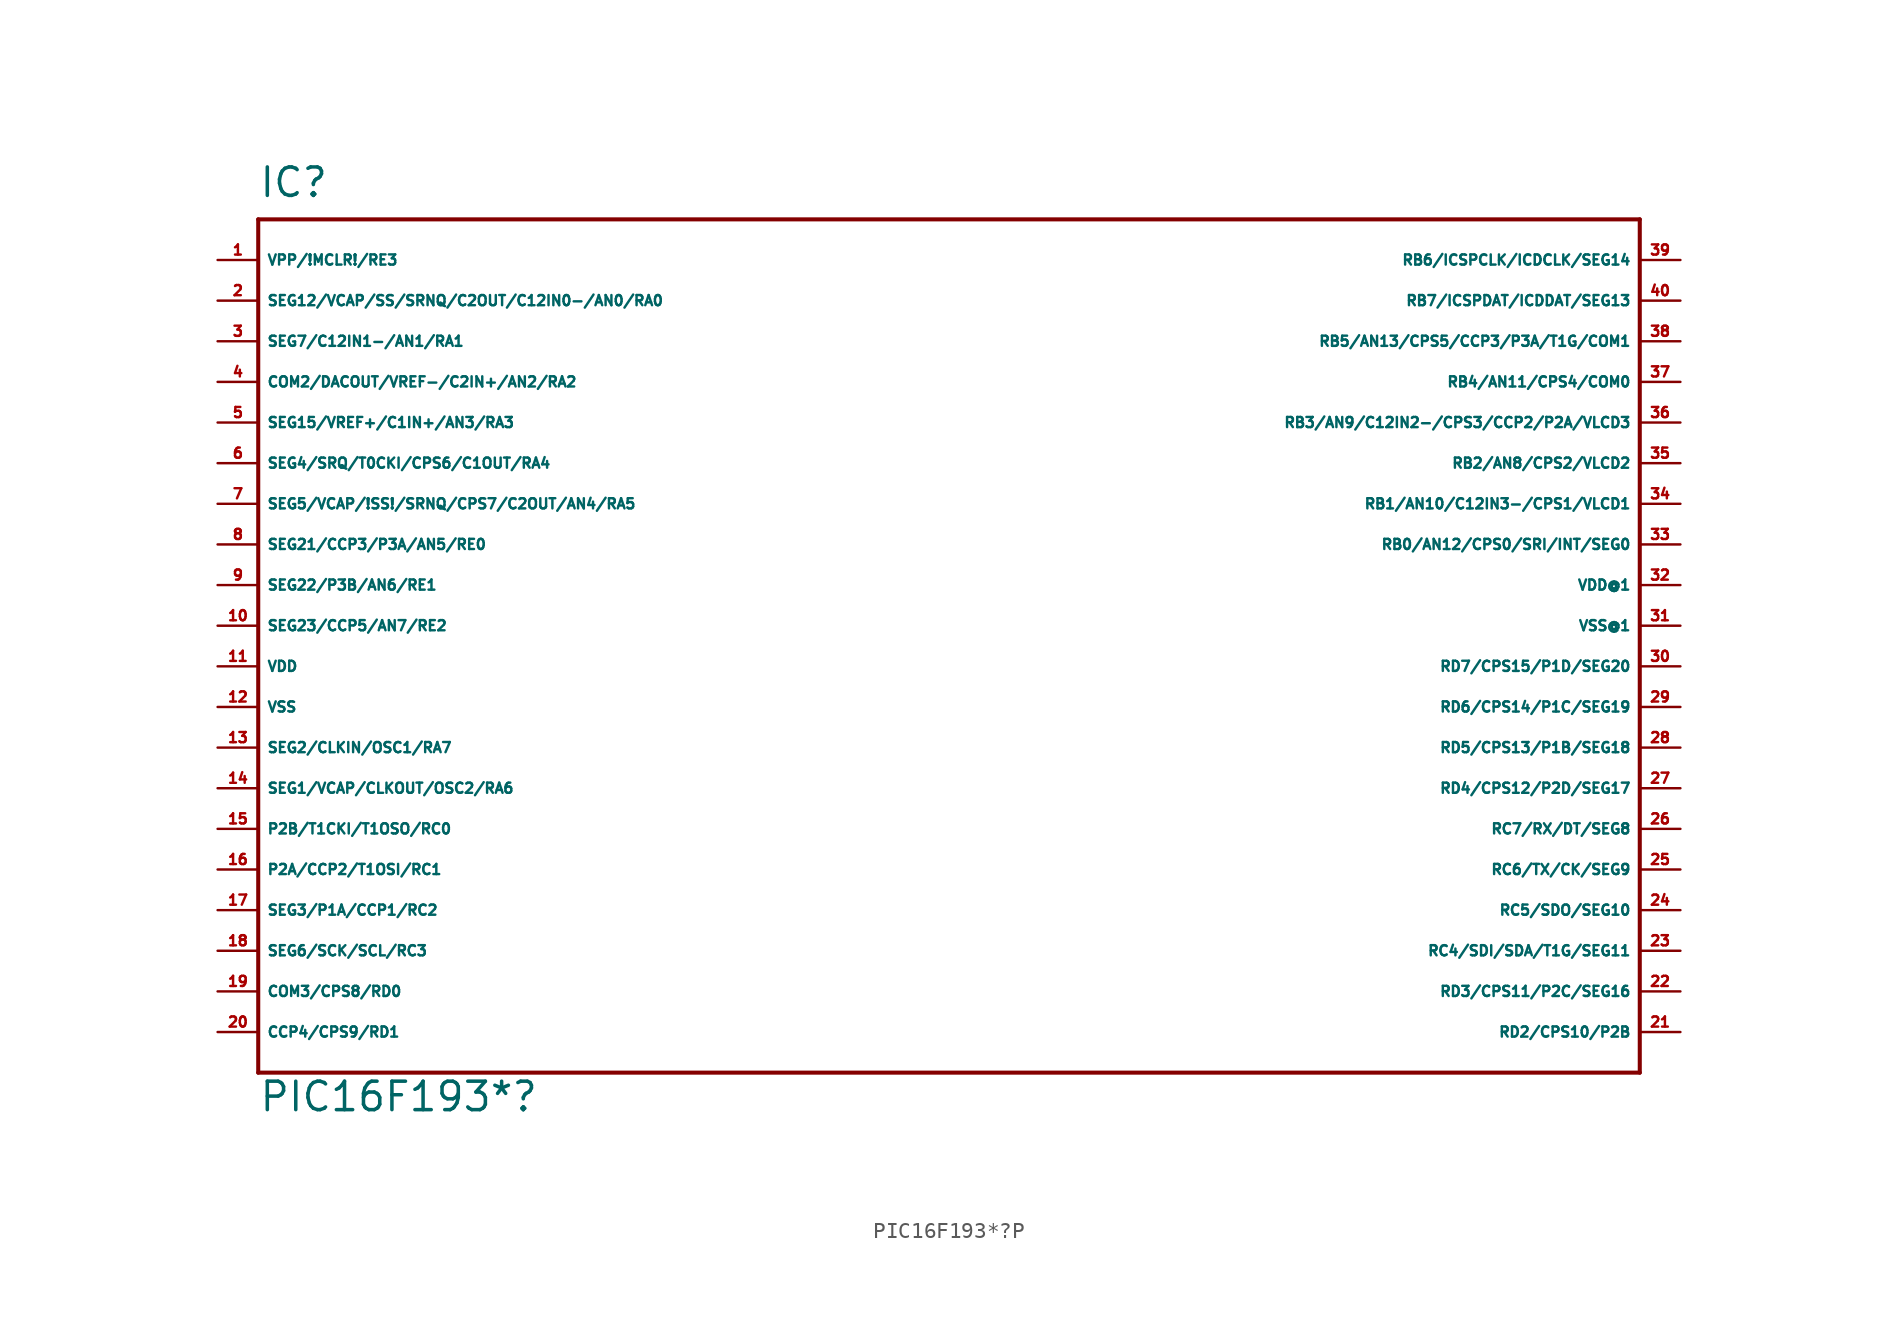
<source format=kicad_sym>
(kicad_symbol_lib
  (version 20220914)
  (generator Eagle2Kicad)
  (symbol "PIC16F193*?P"
    (property "Reference" "IC"
      (at -43.18 26.67 0)
      (effects (font (size 1.778 1.778) (thickness 0.22)) (justify left bottom)))
    (property "Value" "PIC16F193*?"
      (at -43.18 -30.48 0)
      (effects (font (size 1.778 1.778) (thickness 0.22)) (justify left bottom)))
    (polyline
      (pts (xy -43.18 -27.94) (xy 43.18 -27.94))
      (stroke (width 0.254) (type default))
      (fill (type none)))
    (polyline
      (pts (xy 43.18 -27.94) (xy 43.18 25.4))
      (stroke (width 0.254) (type default))
      (fill (type none)))
    (polyline
      (pts (xy 43.18 25.4) (xy -43.18 25.4))
      (stroke (width 0.254) (type default))
      (fill (type none)))
    (polyline
      (pts (xy -43.18 25.4) (xy -43.18 -27.94))
      (stroke (width 0.254) (type default))
      (fill (type none)))
    (pin input line
      (at -45.72 22.86 0)
      (length 2.54)
      (name "VPP/!MCLR!/RE3" (effects (font (size 0.635 0.635) (thickness 0.08)) (justify left bottom)))
      (number "1" (effects (font (size 0.635 0.635) (thickness 0.08)) (justify left bottom))))
    (pin bidirectional line
      (at -45.72 20.32 0)
      (length 2.54)
      (name "SEG12/VCAP/SS/SRNQ/C2OUT/C12IN0-/AN0/RA0" (effects (font (size 0.635 0.635) (thickness 0.08)) (justify left bottom)))
      (number "2" (effects (font (size 0.635 0.635) (thickness 0.08)) (justify left bottom))))
    (pin bidirectional line
      (at -45.72 17.78 0)
      (length 2.54)
      (name "SEG7/C12IN1-/AN1/RA1" (effects (font (size 0.635 0.635) (thickness 0.08)) (justify left bottom)))
      (number "3" (effects (font (size 0.635 0.635) (thickness 0.08)) (justify left bottom))))
    (pin bidirectional line
      (at -45.72 15.24 0)
      (length 2.54)
      (name "COM2/DACOUT/VREF-/C2IN+/AN2/RA2" (effects (font (size 0.635 0.635) (thickness 0.08)) (justify left bottom)))
      (number "4" (effects (font (size 0.635 0.635) (thickness 0.08)) (justify left bottom))))
    (pin bidirectional line
      (at -45.72 12.7 0)
      (length 2.54)
      (name "SEG15/VREF+/C1IN+/AN3/RA3" (effects (font (size 0.635 0.635) (thickness 0.08)) (justify left bottom)))
      (number "5" (effects (font (size 0.635 0.635) (thickness 0.08)) (justify left bottom))))
    (pin bidirectional line
      (at -45.72 10.16 0)
      (length 2.54)
      (name "SEG4/SRQ/T0CKI/CPS6/C1OUT/RA4" (effects (font (size 0.635 0.635) (thickness 0.08)) (justify left bottom)))
      (number "6" (effects (font (size 0.635 0.635) (thickness 0.08)) (justify left bottom))))
    (pin bidirectional line
      (at -45.72 7.62 0)
      (length 2.54)
      (name "SEG5/VCAP/!SS!/SRNQ/CPS7/C2OUT/AN4/RA5" (effects (font (size 0.635 0.635) (thickness 0.08)) (justify left bottom)))
      (number "7" (effects (font (size 0.635 0.635) (thickness 0.08)) (justify left bottom))))
    (pin bidirectional line
      (at -45.72 5.08 0)
      (length 2.54)
      (name "SEG21/CCP3/P3A/AN5/RE0" (effects (font (size 0.635 0.635) (thickness 0.08)) (justify left bottom)))
      (number "8" (effects (font (size 0.635 0.635) (thickness 0.08)) (justify left bottom))))
    (pin bidirectional line
      (at -45.72 2.54 0)
      (length 2.54)
      (name "SEG22/P3B/AN6/RE1" (effects (font (size 0.635 0.635) (thickness 0.08)) (justify left bottom)))
      (number "9" (effects (font (size 0.635 0.635) (thickness 0.08)) (justify left bottom))))
    (pin bidirectional line
      (at -45.72 0 0)
      (length 2.54)
      (name "SEG23/CCP5/AN7/RE2" (effects (font (size 0.635 0.635) (thickness 0.08)) (justify left bottom)))
      (number "10" (effects (font (size 0.635 0.635) (thickness 0.08)) (justify left bottom))))
    (pin unspecified line
      (at -45.72 -2.54 0)
      (length 2.54)
      (name "VDD" (effects (font (size 0.635 0.635) (thickness 0.08)) (justify left bottom)))
      (number "11" (effects (font (size 0.635 0.635) (thickness 0.08)) (justify left bottom))))
    (pin unspecified line
      (at -45.72 -5.08 0)
      (length 2.54)
      (name "VSS" (effects (font (size 0.635 0.635) (thickness 0.08)) (justify left bottom)))
      (number "12" (effects (font (size 0.635 0.635) (thickness 0.08)) (justify left bottom))))
    (pin bidirectional line
      (at -45.72 -7.62 0)
      (length 2.54)
      (name "SEG2/CLKIN/OSC1/RA7" (effects (font (size 0.635 0.635) (thickness 0.08)) (justify left bottom)))
      (number "13" (effects (font (size 0.635 0.635) (thickness 0.08)) (justify left bottom))))
    (pin bidirectional line
      (at -45.72 -10.16 0)
      (length 2.54)
      (name "SEG1/VCAP/CLKOUT/OSC2/RA6" (effects (font (size 0.635 0.635) (thickness 0.08)) (justify left bottom)))
      (number "14" (effects (font (size 0.635 0.635) (thickness 0.08)) (justify left bottom))))
    (pin bidirectional line
      (at -45.72 -12.7 0)
      (length 2.54)
      (name "P2B/T1CKI/T1OSO/RC0" (effects (font (size 0.635 0.635) (thickness 0.08)) (justify left bottom)))
      (number "15" (effects (font (size 0.635 0.635) (thickness 0.08)) (justify left bottom))))
    (pin bidirectional line
      (at -45.72 -15.24 0)
      (length 2.54)
      (name "P2A/CCP2/T1OSI/RC1" (effects (font (size 0.635 0.635) (thickness 0.08)) (justify left bottom)))
      (number "16" (effects (font (size 0.635 0.635) (thickness 0.08)) (justify left bottom))))
    (pin bidirectional line
      (at -45.72 -17.78 0)
      (length 2.54)
      (name "SEG3/P1A/CCP1/RC2" (effects (font (size 0.635 0.635) (thickness 0.08)) (justify left bottom)))
      (number "17" (effects (font (size 0.635 0.635) (thickness 0.08)) (justify left bottom))))
    (pin bidirectional line
      (at -45.72 -20.32 0)
      (length 2.54)
      (name "SEG6/SCK/SCL/RC3" (effects (font (size 0.635 0.635) (thickness 0.08)) (justify left bottom)))
      (number "18" (effects (font (size 0.635 0.635) (thickness 0.08)) (justify left bottom))))
    (pin bidirectional line
      (at -45.72 -22.86 0)
      (length 2.54)
      (name "COM3/CPS8/RD0" (effects (font (size 0.635 0.635) (thickness 0.08)) (justify left bottom)))
      (number "19" (effects (font (size 0.635 0.635) (thickness 0.08)) (justify left bottom))))
    (pin bidirectional line
      (at -45.72 -25.4 0)
      (length 2.54)
      (name "CCP4/CPS9/RD1" (effects (font (size 0.635 0.635) (thickness 0.08)) (justify left bottom)))
      (number "20" (effects (font (size 0.635 0.635) (thickness 0.08)) (justify left bottom))))
    (pin bidirectional line
      (at 45.72 -25.4 180)
      (length 2.54)
      (name "RD2/CPS10/P2B" (effects (font (size 0.635 0.635) (thickness 0.08)) (justify left bottom)))
      (number "21" (effects (font (size 0.635 0.635) (thickness 0.08)) (justify left bottom))))
    (pin bidirectional line
      (at 45.72 -22.86 180)
      (length 2.54)
      (name "RD3/CPS11/P2C/SEG16" (effects (font (size 0.635 0.635) (thickness 0.08)) (justify left bottom)))
      (number "22" (effects (font (size 0.635 0.635) (thickness 0.08)) (justify left bottom))))
    (pin bidirectional line
      (at 45.72 -20.32 180)
      (length 2.54)
      (name "RC4/SDI/SDA/T1G/SEG11" (effects (font (size 0.635 0.635) (thickness 0.08)) (justify left bottom)))
      (number "23" (effects (font (size 0.635 0.635) (thickness 0.08)) (justify left bottom))))
    (pin bidirectional line
      (at 45.72 -17.78 180)
      (length 2.54)
      (name "RC5/SDO/SEG10" (effects (font (size 0.635 0.635) (thickness 0.08)) (justify left bottom)))
      (number "24" (effects (font (size 0.635 0.635) (thickness 0.08)) (justify left bottom))))
    (pin bidirectional line
      (at 45.72 -15.24 180)
      (length 2.54)
      (name "RC6/TX/CK/SEG9" (effects (font (size 0.635 0.635) (thickness 0.08)) (justify left bottom)))
      (number "25" (effects (font (size 0.635 0.635) (thickness 0.08)) (justify left bottom))))
    (pin bidirectional line
      (at 45.72 -12.7 180)
      (length 2.54)
      (name "RC7/RX/DT/SEG8" (effects (font (size 0.635 0.635) (thickness 0.08)) (justify left bottom)))
      (number "26" (effects (font (size 0.635 0.635) (thickness 0.08)) (justify left bottom))))
    (pin bidirectional line
      (at 45.72 -10.16 180)
      (length 2.54)
      (name "RD4/CPS12/P2D/SEG17" (effects (font (size 0.635 0.635) (thickness 0.08)) (justify left bottom)))
      (number "27" (effects (font (size 0.635 0.635) (thickness 0.08)) (justify left bottom))))
    (pin bidirectional line
      (at 45.72 -7.62 180)
      (length 2.54)
      (name "RD5/CPS13/P1B/SEG18" (effects (font (size 0.635 0.635) (thickness 0.08)) (justify left bottom)))
      (number "28" (effects (font (size 0.635 0.635) (thickness 0.08)) (justify left bottom))))
    (pin bidirectional line
      (at 45.72 -5.08 180)
      (length 2.54)
      (name "RD6/CPS14/P1C/SEG19" (effects (font (size 0.635 0.635) (thickness 0.08)) (justify left bottom)))
      (number "29" (effects (font (size 0.635 0.635) (thickness 0.08)) (justify left bottom))))
    (pin bidirectional line
      (at 45.72 -2.54 180)
      (length 2.54)
      (name "RD7/CPS15/P1D/SEG20" (effects (font (size 0.635 0.635) (thickness 0.08)) (justify left bottom)))
      (number "30" (effects (font (size 0.635 0.635) (thickness 0.08)) (justify left bottom))))
    (pin unspecified line
      (at 45.72 0 180)
      (length 2.54)
      (name "VSS@1" (effects (font (size 0.635 0.635) (thickness 0.08)) (justify left bottom)))
      (number "31" (effects (font (size 0.635 0.635) (thickness 0.08)) (justify left bottom))))
    (pin unspecified line
      (at 45.72 2.54 180)
      (length 2.54)
      (name "VDD@1" (effects (font (size 0.635 0.635) (thickness 0.08)) (justify left bottom)))
      (number "32" (effects (font (size 0.635 0.635) (thickness 0.08)) (justify left bottom))))
    (pin bidirectional line
      (at 45.72 5.08 180)
      (length 2.54)
      (name "RB0/AN12/CPS0/SRI/INT/SEG0" (effects (font (size 0.635 0.635) (thickness 0.08)) (justify left bottom)))
      (number "33" (effects (font (size 0.635 0.635) (thickness 0.08)) (justify left bottom))))
    (pin bidirectional line
      (at 45.72 7.62 180)
      (length 2.54)
      (name "RB1/AN10/C12IN3-/CPS1/VLCD1" (effects (font (size 0.635 0.635) (thickness 0.08)) (justify left bottom)))
      (number "34" (effects (font (size 0.635 0.635) (thickness 0.08)) (justify left bottom))))
    (pin bidirectional line
      (at 45.72 10.16 180)
      (length 2.54)
      (name "RB2/AN8/CPS2/VLCD2" (effects (font (size 0.635 0.635) (thickness 0.08)) (justify left bottom)))
      (number "35" (effects (font (size 0.635 0.635) (thickness 0.08)) (justify left bottom))))
    (pin bidirectional line
      (at 45.72 12.7 180)
      (length 2.54)
      (name "RB3/AN9/C12IN2-/CPS3/CCP2/P2A/VLCD3" (effects (font (size 0.635 0.635) (thickness 0.08)) (justify left bottom)))
      (number "36" (effects (font (size 0.635 0.635) (thickness 0.08)) (justify left bottom))))
    (pin bidirectional line
      (at 45.72 15.24 180)
      (length 2.54)
      (name "RB4/AN11/CPS4/COM0" (effects (font (size 0.635 0.635) (thickness 0.08)) (justify left bottom)))
      (number "37" (effects (font (size 0.635 0.635) (thickness 0.08)) (justify left bottom))))
    (pin bidirectional line
      (at 45.72 17.78 180)
      (length 2.54)
      (name "RB5/AN13/CPS5/CCP3/P3A/T1G/COM1" (effects (font (size 0.635 0.635) (thickness 0.08)) (justify left bottom)))
      (number "38" (effects (font (size 0.635 0.635) (thickness 0.08)) (justify left bottom))))
    (pin bidirectional line
      (at 45.72 20.32 180)
      (length 2.54)
      (name "RB7/ICSPDAT/ICDDAT/SEG13" (effects (font (size 0.635 0.635) (thickness 0.08)) (justify left bottom)))
      (number "40" (effects (font (size 0.635 0.635) (thickness 0.08)) (justify left bottom))))
    (pin bidirectional line
      (at 45.72 22.86 180)
      (length 2.54)
      (name "RB6/ICSPCLK/ICDCLK/SEG14" (effects (font (size 0.635 0.635) (thickness 0.08)) (justify left bottom)))
      (number "39" (effects (font (size 0.635 0.635) (thickness 0.08)) (justify left bottom))))))
</source>
